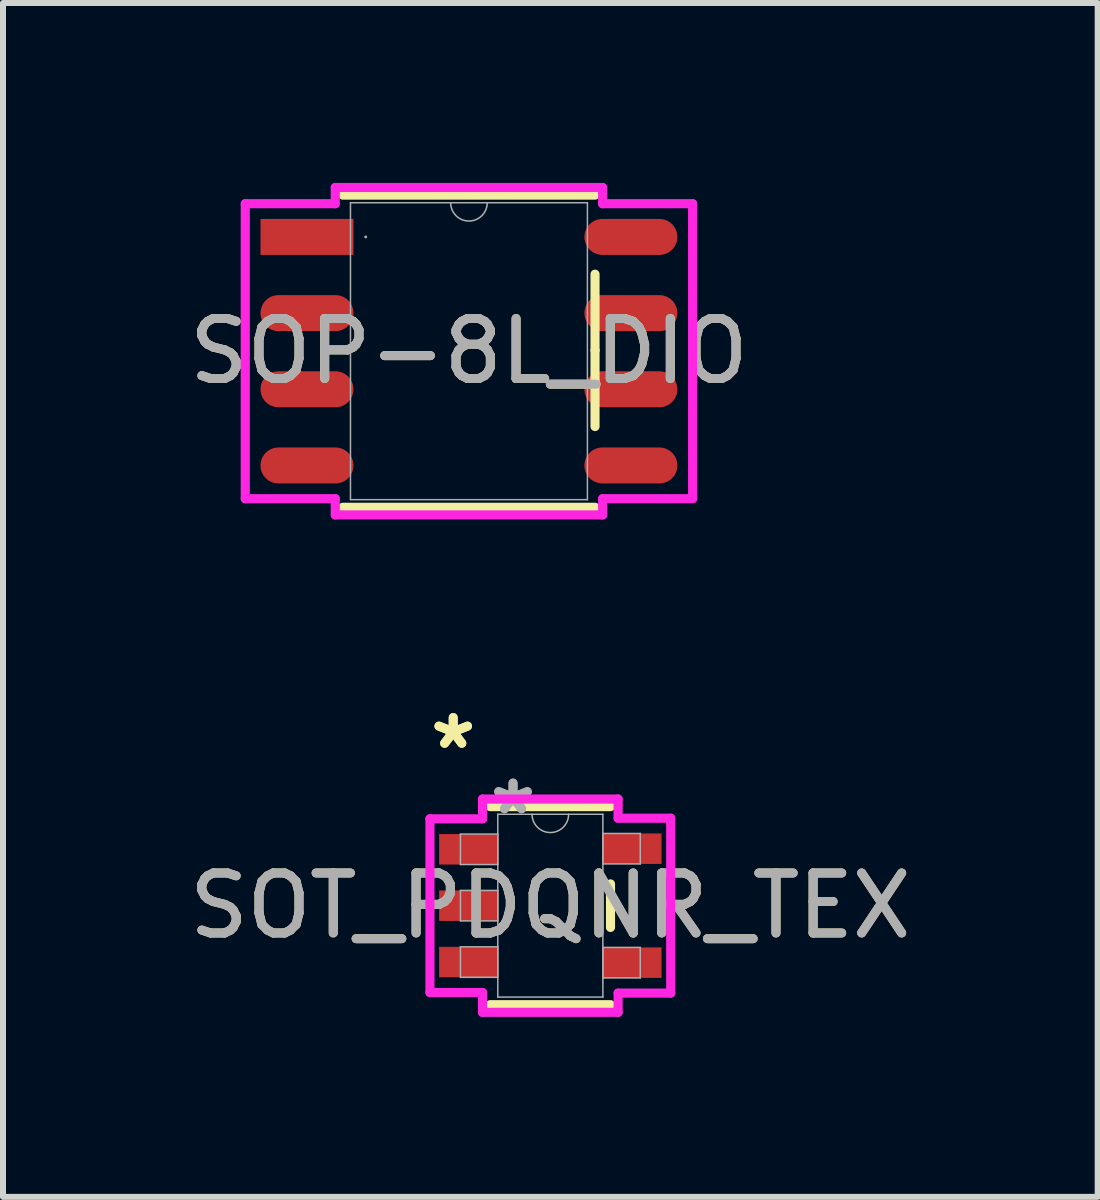
<source format=kicad_pcb>
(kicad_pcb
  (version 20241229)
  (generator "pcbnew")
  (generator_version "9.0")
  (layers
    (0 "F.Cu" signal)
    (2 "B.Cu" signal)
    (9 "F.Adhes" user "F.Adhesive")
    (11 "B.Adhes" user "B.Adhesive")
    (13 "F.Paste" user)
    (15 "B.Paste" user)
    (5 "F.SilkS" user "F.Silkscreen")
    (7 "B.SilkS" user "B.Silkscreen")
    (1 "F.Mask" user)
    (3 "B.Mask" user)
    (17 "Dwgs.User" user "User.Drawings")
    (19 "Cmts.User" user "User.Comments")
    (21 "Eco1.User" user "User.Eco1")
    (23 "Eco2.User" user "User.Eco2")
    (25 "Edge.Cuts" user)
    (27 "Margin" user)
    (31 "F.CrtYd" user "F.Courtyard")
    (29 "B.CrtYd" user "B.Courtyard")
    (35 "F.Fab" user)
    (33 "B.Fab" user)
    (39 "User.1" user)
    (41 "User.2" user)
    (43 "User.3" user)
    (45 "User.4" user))
  (footprint "SOT_PDQNR_TEX"
    (layer "F.Cu")
    (at 6.125 12.049)
    (property "Reference" "SOT_PDQNR_TEX" (at 0 0 0) (unlocked yes) (layer "F.SilkS") (effects (font (size 1 1) (thickness 0.15))))
    (attr smd)
    (fp_line (start -1.003 1.651) (end 1.003 1.651) (stroke (width 0.152) (type solid)) (layer "F.SilkS"))
    (fp_line (start 1.003 -1.651) (end -1.003 -1.651) (stroke (width 0.152) (type solid)) (layer "F.SilkS"))
    (fp_line (start 1.003 0.363) (end 1.003 -0.363) (stroke (width 0.152) (type solid)) (layer "F.SilkS"))
    (fp_line (start -2.007 -1.448) (end -1.13 -1.448) (stroke (width 0.152) (type solid)) (layer "F.CrtYd"))
    (fp_line (start -2.007 1.448) (end -2.007 -1.448) (stroke (width 0.152) (type solid)) (layer "F.CrtYd"))
    (fp_line (start -1.13 -1.778) (end 1.13 -1.778) (stroke (width 0.152) (type solid)) (layer "F.CrtYd"))
    (fp_line (start -1.13 -1.448) (end -1.13 -1.778) (stroke (width 0.152) (type solid)) (layer "F.CrtYd"))
    (fp_line (start -1.13 1.448) (end -2.007 1.448) (stroke (width 0.152) (type solid)) (layer "F.CrtYd"))
    (fp_line (start -1.13 1.778) (end -1.13 1.448) (stroke (width 0.152) (type solid)) (layer "F.CrtYd"))
    (fp_line (start 1.13 -1.778) (end 1.13 -1.458) (stroke (width 0.152) (type solid)) (layer "F.CrtYd"))
    (fp_line (start 1.13 -1.458) (end 2.007 -1.458) (stroke (width 0.152) (type solid)) (layer "F.CrtYd"))
    (fp_line (start 1.13 1.458) (end 1.13 1.778) (stroke (width 0.152) (type solid)) (layer "F.CrtYd"))
    (fp_line (start 1.13 1.778) (end -1.13 1.778) (stroke (width 0.152) (type solid)) (layer "F.CrtYd"))
    (fp_line (start 2.007 -1.458) (end 2.007 1.458) (stroke (width 0.152) (type solid)) (layer "F.CrtYd"))
    (fp_line (start 2.007 1.458) (end 1.13 1.458) (stroke (width 0.152) (type solid)) (layer "F.CrtYd"))
    (fp_line (start -1.499 -1.194) (end -1.499 -0.686) (stroke (width 0.025) (type solid)) (layer "F.Fab"))
    (fp_line (start -1.499 -0.686) (end -0.876 -0.686) (stroke (width 0.025) (type solid)) (layer "F.Fab"))
    (fp_line (start -1.499 -0.254) (end -1.499 0.254) (stroke (width 0.025) (type solid)) (layer "F.Fab"))
    (fp_line (start -1.499 0.254) (end -0.876 0.254) (stroke (width 0.025) (type solid)) (layer "F.Fab"))
    (fp_line (start -1.499 0.686) (end -1.499 1.194) (stroke (width 0.025) (type solid)) (layer "F.Fab"))
    (fp_line (start -1.499 1.194) (end -0.876 1.194) (stroke (width 0.025) (type solid)) (layer "F.Fab"))
    (fp_line (start -0.876 -1.524) (end -0.876 1.524) (stroke (width 0.025) (type solid)) (layer "F.Fab"))
    (fp_line (start -0.876 -1.194) (end -1.499 -1.194) (stroke (width 0.025) (type solid)) (layer "F.Fab"))
    (fp_line (start -0.876 -0.686) (end -0.876 -1.194) (stroke (width 0.025) (type solid)) (layer "F.Fab"))
    (fp_line (start -0.876 -0.254) (end -1.499 -0.254) (stroke (width 0.025) (type solid)) (layer "F.Fab"))
    (fp_line (start -0.876 0.254) (end -0.876 -0.254) (stroke (width 0.025) (type solid)) (layer "F.Fab"))
    (fp_line (start -0.876 0.686) (end -1.499 0.686) (stroke (width 0.025) (type solid)) (layer "F.Fab"))
    (fp_line (start -0.876 1.194) (end -0.876 0.686) (stroke (width 0.025) (type solid)) (layer "F.Fab"))
    (fp_line (start -0.876 1.524) (end 0.876 1.524) (stroke (width 0.025) (type solid)) (layer "F.Fab"))
    (fp_line (start 0.876 -1.524) (end -0.876 -1.524) (stroke (width 0.025) (type solid)) (layer "F.Fab"))
    (fp_line (start 0.876 -1.204) (end 0.876 -0.696) (stroke (width 0.025) (type solid)) (layer "F.Fab"))
    (fp_line (start 0.876 -0.696) (end 1.499 -0.696) (stroke (width 0.025) (type solid)) (layer "F.Fab"))
    (fp_line (start 0.876 0.696) (end 0.876 1.204) (stroke (width 0.025) (type solid)) (layer "F.Fab"))
    (fp_line (start 0.876 1.204) (end 1.499 1.204) (stroke (width 0.025) (type solid)) (layer "F.Fab"))
    (fp_line (start 0.876 1.524) (end 0.876 -1.524) (stroke (width 0.025) (type solid)) (layer "F.Fab"))
    (fp_line (start 1.499 -1.204) (end 0.876 -1.204) (stroke (width 0.025) (type solid)) (layer "F.Fab"))
    (fp_line (start 1.499 -0.696) (end 1.499 -1.204) (stroke (width 0.025) (type solid)) (layer "F.Fab"))
    (fp_line (start 1.499 0.696) (end 0.876 0.696) (stroke (width 0.025) (type solid)) (layer "F.Fab"))
    (fp_line (start 1.499 1.204) (end 1.499 0.696) (stroke (width 0.025) (type solid)) (layer "F.Fab"))
    (fp_arc (start 0.3048 -1.524) (mid 0 -1.2192) (end -0.3048 -1.524) (stroke (width 0.0254) (type solid)) (layer "F.Fab"))
    (fp_text user "*" (at -1.619 -2.591 0) (layer "F.SilkS") (effects (font (size 1 1) (thickness 0.15))))
    (fp_text user "*" (at -1.619 -2.591 0) (unlocked yes) (layer "F.SilkS") (effects (font (size 1 1) (thickness 0.15))))
    (fp_text user "*" (at -0.622 -1.499 0) (layer "F.Fab") (effects (font (size 1 1) (thickness 0.15))))
    (fp_text user "${REFERENCE}" (at 0 0 0) (unlocked yes) (layer "F.Fab") (effects (font (size 1 1) (thickness 0.15))))
    (fp_text user "*" (at -0.622 -1.499 0) (unlocked yes) (layer "F.Fab") (effects (font (size 1 1) (thickness 0.15))))
    (pad "1" smd rect (at -1.365 -0.94) (size 0.978 0.508) (layers "F.Cu" "F.Mask" "F.Paste"))
    (pad "2" smd rect (at -1.365 0) (size 0.978 0.508) (layers "F.Cu" "F.Mask" "F.Paste"))
    (pad "3" smd rect (at -1.365 0.94) (size 0.978 0.508) (layers "F.Cu" "F.Mask" "F.Paste"))
    (pad "4" smd rect (at 1.365 0.95) (size 0.978 0.508) (layers "F.Cu" "F.Mask" "F.Paste"))
    (pad "5" smd rect (at 1.365 -0.95) (size 0.978 0.508) (layers "F.Cu" "F.Mask" "F.Paste")))
  (footprint "SOP-8L_DIO"
    (layer "F.Cu")
    (at 4.768 2.805)
    (property "Reference" "SOP-8L_DIO" (at 0 0 0) (unlocked yes) (layer "F.SilkS") (effects (font (size 1 1) (thickness 0.15))))
    (attr smd)
    (fp_line (start -2.102 2.602) (end 2.102 2.602) (stroke (width 0.152) (type solid)) (layer "F.SilkS"))
    (fp_line (start 2.102 -2.602) (end -2.102 -2.602) (stroke (width 0.152) (type solid)) (layer "F.SilkS"))
    (fp_line (start 2.102 -0.014) (end 2.102 -1.284) (stroke (width 0.152) (type solid)) (layer "F.SilkS"))
    (fp_line (start 2.102 1.256) (end 2.102 -0.014) (stroke (width 0.152) (type solid)) (layer "F.SilkS"))
    (fp_line (start -3.729 -2.459) (end -2.229 -2.459) (stroke (width 0.152) (type solid)) (layer "F.CrtYd"))
    (fp_line (start -3.729 2.459) (end -3.729 -2.459) (stroke (width 0.152) (type solid)) (layer "F.CrtYd"))
    (fp_line (start -3.729 2.459) (end -2.229 2.459) (stroke (width 0.152) (type solid)) (layer "F.CrtYd"))
    (fp_line (start -2.229 -2.729) (end 2.229 -2.729) (stroke (width 0.152) (type solid)) (layer "F.CrtYd"))
    (fp_line (start -2.229 -2.459) (end -2.229 -2.729) (stroke (width 0.152) (type solid)) (layer "F.CrtYd"))
    (fp_line (start -2.229 2.729) (end -2.229 2.459) (stroke (width 0.152) (type solid)) (layer "F.CrtYd"))
    (fp_line (start 2.229 -2.729) (end 2.229 -2.459) (stroke (width 0.152) (type solid)) (layer "F.CrtYd"))
    (fp_line (start 2.229 2.459) (end 2.229 2.729) (stroke (width 0.152) (type solid)) (layer "F.CrtYd"))
    (fp_line (start 2.229 2.729) (end -2.229 2.729) (stroke (width 0.152) (type solid)) (layer "F.CrtYd"))
    (fp_line (start 3.729 -2.459) (end 2.229 -2.459) (stroke (width 0.152) (type solid)) (layer "F.CrtYd"))
    (fp_line (start 3.729 -2.459) (end 3.729 2.459) (stroke (width 0.152) (type solid)) (layer "F.CrtYd"))
    (fp_line (start 3.729 2.459) (end 2.229 2.459) (stroke (width 0.152) (type solid)) (layer "F.CrtYd"))
    (fp_line (start -1.975 -2.475) (end -1.975 2.475) (stroke (width 0.025) (type solid)) (layer "F.Fab"))
    (fp_line (start -1.975 2.475) (end 1.975 2.475) (stroke (width 0.025) (type solid)) (layer "F.Fab"))
    (fp_line (start 1.975 -2.475) (end -1.975 -2.475) (stroke (width 0.025) (type solid)) (layer "F.Fab"))
    (fp_line (start 1.975 2.475) (end 1.975 -2.475) (stroke (width 0.025) (type solid)) (layer "F.Fab"))
    (fp_arc (start 0.3048 -2.475) (mid 0 -2.1702) (end -0.3048 -2.475) (stroke (width 0.0254) (type solid)) (layer "F.Fab"))
    (fp_circle (center -1.721 -1.905) (end -1.721 -1.905) (stroke (width 0.025) (type solid)) (fill no) (layer "F.Fab"))
    (fp_text user "${REFERENCE}" (at 0 0 0) (unlocked yes) (layer "F.Fab") (effects (font (size 1 1) (thickness 0.15))))
    (pad "1" smd rect (at -2.7 -1.905) (size 1.55 0.6) (layers "F.Cu" "F.Mask" "F.Paste"))
    (pad "2" smd oval (at -2.7 -0.635) (size 1.55 0.6) (layers "F.Cu" "F.Mask" "F.Paste"))
    (pad "3" smd oval (at -2.7 0.635) (size 1.55 0.6) (layers "F.Cu" "F.Mask" "F.Paste"))
    (pad "4" smd oval (at -2.7 1.905) (size 1.55 0.6) (layers "F.Cu" "F.Mask" "F.Paste"))
    (pad "5" smd oval (at 2.7 1.905) (size 1.55 0.6) (layers "F.Cu" "F.Mask" "F.Paste"))
    (pad "6" smd oval (at 2.7 0.635) (size 1.55 0.6) (layers "F.Cu" "F.Mask" "F.Paste"))
    (pad "7" smd oval (at 2.7 -0.635) (size 1.55 0.6) (layers "F.Cu" "F.Mask" "F.Paste"))
    (pad "8" smd oval (at 2.7 -1.905) (size 1.55 0.6) (layers "F.Cu" "F.Mask" "F.Paste")))
  (gr_rect
    (start -3 -3)
    (end 15.25 16.904)
    (stroke (width 0.1) (type default))
    (fill no)
    (layer "Edge.Cuts")))
</source>
